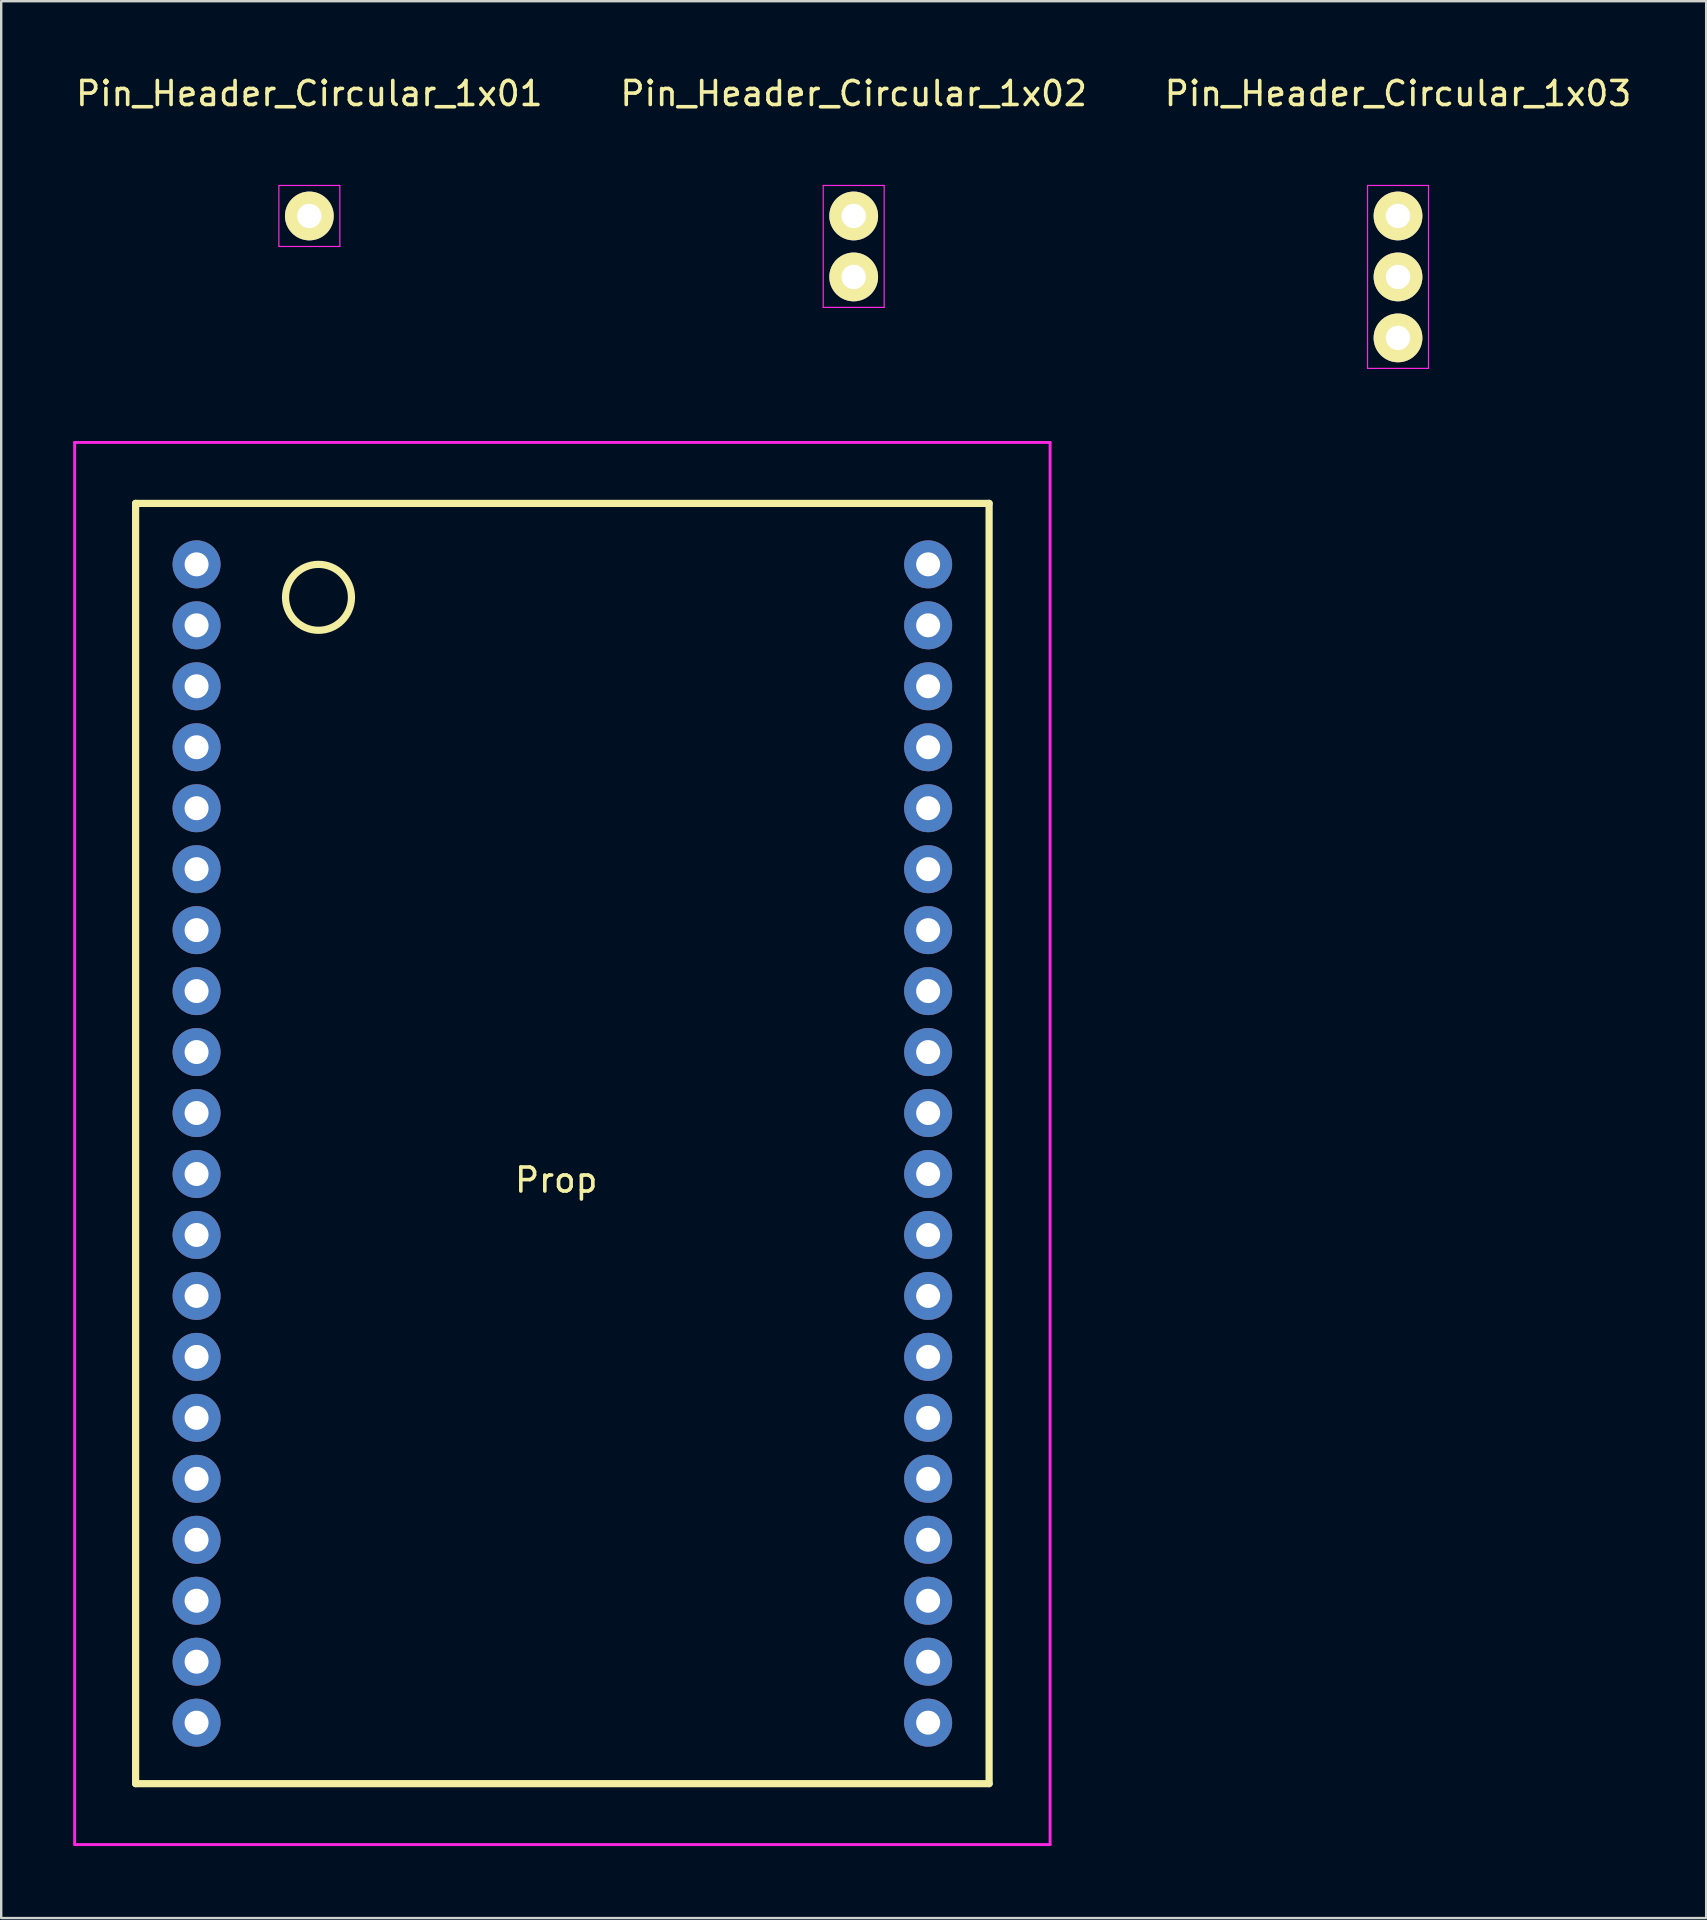
<source format=kicad_pcb>
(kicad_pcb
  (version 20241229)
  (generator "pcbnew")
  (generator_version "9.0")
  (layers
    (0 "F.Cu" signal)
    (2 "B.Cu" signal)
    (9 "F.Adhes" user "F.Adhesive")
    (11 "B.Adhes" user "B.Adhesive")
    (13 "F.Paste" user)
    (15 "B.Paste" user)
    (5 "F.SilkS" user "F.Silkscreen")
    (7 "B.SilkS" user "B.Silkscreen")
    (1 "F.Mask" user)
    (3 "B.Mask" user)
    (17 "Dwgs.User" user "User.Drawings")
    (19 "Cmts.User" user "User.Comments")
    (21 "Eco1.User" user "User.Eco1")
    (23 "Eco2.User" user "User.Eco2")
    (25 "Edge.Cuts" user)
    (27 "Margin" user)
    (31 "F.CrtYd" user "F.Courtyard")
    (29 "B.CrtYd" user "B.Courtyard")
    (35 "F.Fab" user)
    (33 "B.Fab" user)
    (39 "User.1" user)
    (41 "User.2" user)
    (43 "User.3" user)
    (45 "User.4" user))
  (footprint "Pin_Header_Circular_1x01"
    (layer "F.Cu")
    (at 9.839 5.948)
    (property "Reference" "Pin_Header_Circular_1x01" (at 0 -5.1 0) (layer "F.SilkS") (effects (font (size 1 1) (thickness 0.15))))
    (attr through_hole)
    (fp_line (start -1.27 -1.27) (end -1.27 1.27) (stroke (width 0.05) (type solid)) (layer "F.CrtYd"))
    (fp_line (start -1.27 -1.27) (end 1.27 -1.27) (stroke (width 0.05) (type solid)) (layer "F.CrtYd"))
    (fp_line (start -1.27 1.27) (end 1.27 1.27) (stroke (width 0.05) (type solid)) (layer "F.CrtYd"))
    (fp_line (start 1.27 -1.27) (end 1.27 1.27) (stroke (width 0.05) (type solid)) (layer "F.CrtYd"))
    (pad "1" thru_hole circle (at 0 0) (size 2.032 2.032) (drill 1.016) (layers "*.Cu" "*.Mask" "F.SilkS")))
  (footprint "Pin_Header_Circular_1x02"
    (layer "F.Cu")
    (at 32.518 5.948)
    (property "Reference" "Pin_Header_Circular_1x02" (at 0 -5.1 0) (layer "F.SilkS") (effects (font (size 1 1) (thickness 0.15))))
    (attr through_hole)
    (fp_line (start -1.27 -1.27) (end -1.27 3.81) (stroke (width 0.05) (type solid)) (layer "F.CrtYd"))
    (fp_line (start -1.27 -1.27) (end 1.27 -1.27) (stroke (width 0.05) (type solid)) (layer "F.CrtYd"))
    (fp_line (start -1.27 3.81) (end 1.27 3.81) (stroke (width 0.05) (type solid)) (layer "F.CrtYd"))
    (fp_line (start 1.27 -1.27) (end 1.27 3.81) (stroke (width 0.05) (type solid)) (layer "F.CrtYd"))
    (pad "1" thru_hole circle (at 0 0) (size 2.032 2.032) (drill 1.016) (layers "*.Cu" "*.Mask" "F.SilkS"))
    (pad "2" thru_hole circle (at 0 2.54) (size 2.032 2.032) (drill 1.016) (layers "*.Cu" "*.Mask" "F.SilkS")))
  (footprint "Prop"
    (layer "F.Cu")
    (at 20.38 45.863)
    (property "Reference" "Prop" (at -0.254 0.254 0) (layer "F.SilkS") (effects (font (size 1 1) (thickness 0.15))))
    (attr through_hole)
    (fp_line (start -17.78 -27.94) (end -17.78 25.4) (stroke (width 0.3) (type solid)) (layer "F.SilkS"))
    (fp_line (start -17.78 -27.94) (end 17.78 -27.94) (stroke (width 0.3) (type solid)) (layer "F.SilkS"))
    (fp_line (start -17.78 25.4) (end 17.78 25.4) (stroke (width 0.3) (type solid)) (layer "F.SilkS"))
    (fp_line (start 17.78 25.4) (end 17.78 -27.94) (stroke (width 0.3) (type solid)) (layer "F.SilkS"))
    (fp_circle (center -10.16 -24.026) (end -9.017 -23.264) (stroke (width 0.3) (type solid)) (fill no) (layer "F.SilkS"))
    (fp_line (start -20.32 -30.48) (end -20.32 27.94) (stroke (width 0.12) (type solid)) (layer "F.CrtYd"))
    (fp_line (start -20.32 27.94) (end 20.32 27.94) (stroke (width 0.12) (type solid)) (layer "F.CrtYd"))
    (fp_line (start 20.32 -30.48) (end -20.32 -30.48) (stroke (width 0.12) (type solid)) (layer "F.CrtYd"))
    (fp_line (start 20.32 27.94) (end 20.32 -30.48) (stroke (width 0.12) (type solid)) (layer "F.CrtYd"))
    (pad "1" thru_hole circle (at -15.24 -25.4 90) (size 2 2) (drill 1) (layers "*.Cu" "*.Mask"))
    (pad "2" thru_hole circle (at -15.24 -22.86 90) (size 2 2) (drill 1) (layers "*.Cu" "*.Mask"))
    (pad "3" thru_hole circle (at -15.24 -20.32 90) (size 2 2) (drill 1) (layers "*.Cu" "*.Mask"))
    (pad "4" thru_hole circle (at -15.24 -17.78 90) (size 2 2) (drill 1) (layers "*.Cu" "*.Mask"))
    (pad "5" thru_hole circle (at -15.24 -15.24 90) (size 2 2) (drill 1) (layers "*.Cu" "*.Mask"))
    (pad "6" thru_hole circle (at -15.24 -12.7 90) (size 2 2) (drill 1) (layers "*.Cu" "*.Mask"))
    (pad "7" thru_hole circle (at -15.24 -10.16 90) (size 2 2) (drill 1) (layers "*.Cu" "*.Mask"))
    (pad "8" thru_hole circle (at -15.24 -7.62 90) (size 2 2) (drill 1) (layers "*.Cu" "*.Mask"))
    (pad "9" thru_hole circle (at -15.24 -5.08 90) (size 2 2) (drill 1) (layers "*.Cu" "*.Mask"))
    (pad "10" thru_hole circle (at -15.24 -2.54 90) (size 2 2) (drill 1) (layers "*.Cu" "*.Mask"))
    (pad "11" thru_hole circle (at -15.24 0 90) (size 2 2) (drill 1) (layers "*.Cu" "*.Mask"))
    (pad "12" thru_hole circle (at -15.24 2.54 90) (size 2 2) (drill 1) (layers "*.Cu" "*.Mask"))
    (pad "13" thru_hole circle (at -15.24 5.08 90) (size 2 2) (drill 1) (layers "*.Cu" "*.Mask"))
    (pad "14" thru_hole circle (at -15.24 7.62 90) (size 2 2) (drill 1) (layers "*.Cu" "*.Mask"))
    (pad "15" thru_hole circle (at -15.24 10.16 90) (size 2 2) (drill 1) (layers "*.Cu" "*.Mask"))
    (pad "16" thru_hole circle (at -15.24 12.7 90) (size 2 2) (drill 1) (layers "*.Cu" "*.Mask"))
    (pad "17" thru_hole circle (at -15.24 15.24 90) (size 2 2) (drill 1) (layers "*.Cu" "*.Mask"))
    (pad "18" thru_hole circle (at -15.24 17.78 90) (size 2 2) (drill 1) (layers "*.Cu" "*.Mask"))
    (pad "19" thru_hole circle (at -15.24 20.32 90) (size 2 2) (drill 1) (layers "*.Cu" "*.Mask"))
    (pad "20" thru_hole circle (at -15.24 22.86 90) (size 2 2) (drill 1) (layers "*.Cu" "*.Mask"))
    (pad "21" thru_hole circle (at 15.24 22.86 90) (size 2 2) (drill 1) (layers "*.Cu" "*.Mask"))
    (pad "22" thru_hole circle (at 15.24 20.32 90) (size 2 2) (drill 1) (layers "*.Cu" "*.Mask"))
    (pad "23" thru_hole circle (at 15.24 17.78 90) (size 2 2) (drill 1) (layers "*.Cu" "*.Mask"))
    (pad "24" thru_hole circle (at 15.24 15.24 90) (size 2 2) (drill 1) (layers "*.Cu" "*.Mask"))
    (pad "25" thru_hole circle (at 15.24 12.7 90) (size 2 2) (drill 1) (layers "*.Cu" "*.Mask"))
    (pad "26" thru_hole circle (at 15.24 10.16 90) (size 2 2) (drill 1) (layers "*.Cu" "*.Mask"))
    (pad "27" thru_hole circle (at 15.24 7.62 90) (size 2 2) (drill 1) (layers "*.Cu" "*.Mask"))
    (pad "28" thru_hole circle (at 15.24 5.08 90) (size 2 2) (drill 1) (layers "*.Cu" "*.Mask"))
    (pad "29" thru_hole circle (at 15.24 2.54 90) (size 2 2) (drill 1) (layers "*.Cu" "*.Mask"))
    (pad "30" thru_hole circle (at 15.24 0 90) (size 2 2) (drill 1) (layers "*.Cu" "*.Mask"))
    (pad "31" thru_hole circle (at 15.24 -2.54 90) (size 2 2) (drill 1) (layers "*.Cu" "*.Mask"))
    (pad "32" thru_hole circle (at 15.24 -5.08 90) (size 2 2) (drill 1) (layers "*.Cu" "*.Mask"))
    (pad "33" thru_hole circle (at 15.24 -7.62 90) (size 2 2) (drill 1) (layers "*.Cu" "*.Mask"))
    (pad "34" thru_hole circle (at 15.24 -10.16 90) (size 2 2) (drill 1) (layers "*.Cu" "*.Mask"))
    (pad "35" thru_hole circle (at 15.24 -12.7 90) (size 2 2) (drill 1) (layers "*.Cu" "*.Mask"))
    (pad "36" thru_hole circle (at 15.24 -15.24 90) (size 2 2) (drill 1) (layers "*.Cu" "*.Mask"))
    (pad "37" thru_hole circle (at 15.24 -17.78 90) (size 2 2) (drill 1) (layers "*.Cu" "*.Mask"))
    (pad "38" thru_hole circle (at 15.24 -20.32 90) (size 2 2) (drill 1) (layers "*.Cu" "*.Mask"))
    (pad "39" thru_hole circle (at 15.24 -22.86 90) (size 2 2) (drill 1) (layers "*.Cu" "*.Mask"))
    (pad "40" thru_hole circle (at 15.24 -25.4 90) (size 2 2) (drill 1) (layers "*.Cu" "*.Mask")))
  (footprint "Pin_Header_Circular_1x03"
    (layer "F.Cu")
    (at 55.196 5.948)
    (property "Reference" "Pin_Header_Circular_1x03" (at 0 -5.1 0) (layer "F.SilkS") (effects (font (size 1 1) (thickness 0.15))))
    (attr through_hole)
    (fp_line (start -1.27 -1.27) (end -1.27 6.35) (stroke (width 0.05) (type solid)) (layer "F.CrtYd"))
    (fp_line (start -1.27 -1.27) (end 1.27 -1.27) (stroke (width 0.05) (type solid)) (layer "F.CrtYd"))
    (fp_line (start -1.27 6.35) (end 1.27 6.35) (stroke (width 0.05) (type solid)) (layer "F.CrtYd"))
    (fp_line (start 1.27 -1.27) (end 1.27 6.35) (stroke (width 0.05) (type solid)) (layer "F.CrtYd"))
    (pad "1" thru_hole circle (at 0 0) (size 2.032 2.032) (drill 1.016) (layers "*.Cu" "*.Mask" "F.SilkS"))
    (pad "2" thru_hole circle (at 0 2.54) (size 2.032 2.032) (drill 1.016) (layers "*.Cu" "*.Mask" "F.SilkS"))
    (pad "3" thru_hole circle (at 0 5.08) (size 2.032 2.032) (drill 1.016) (layers "*.Cu" "*.Mask" "F.SilkS")))
  (gr_rect
    (start -3 -3)
    (end 68.036 76.863)
    (stroke (width 0.1) (type default))
    (fill no)
    (layer "Edge.Cuts")))
</source>
